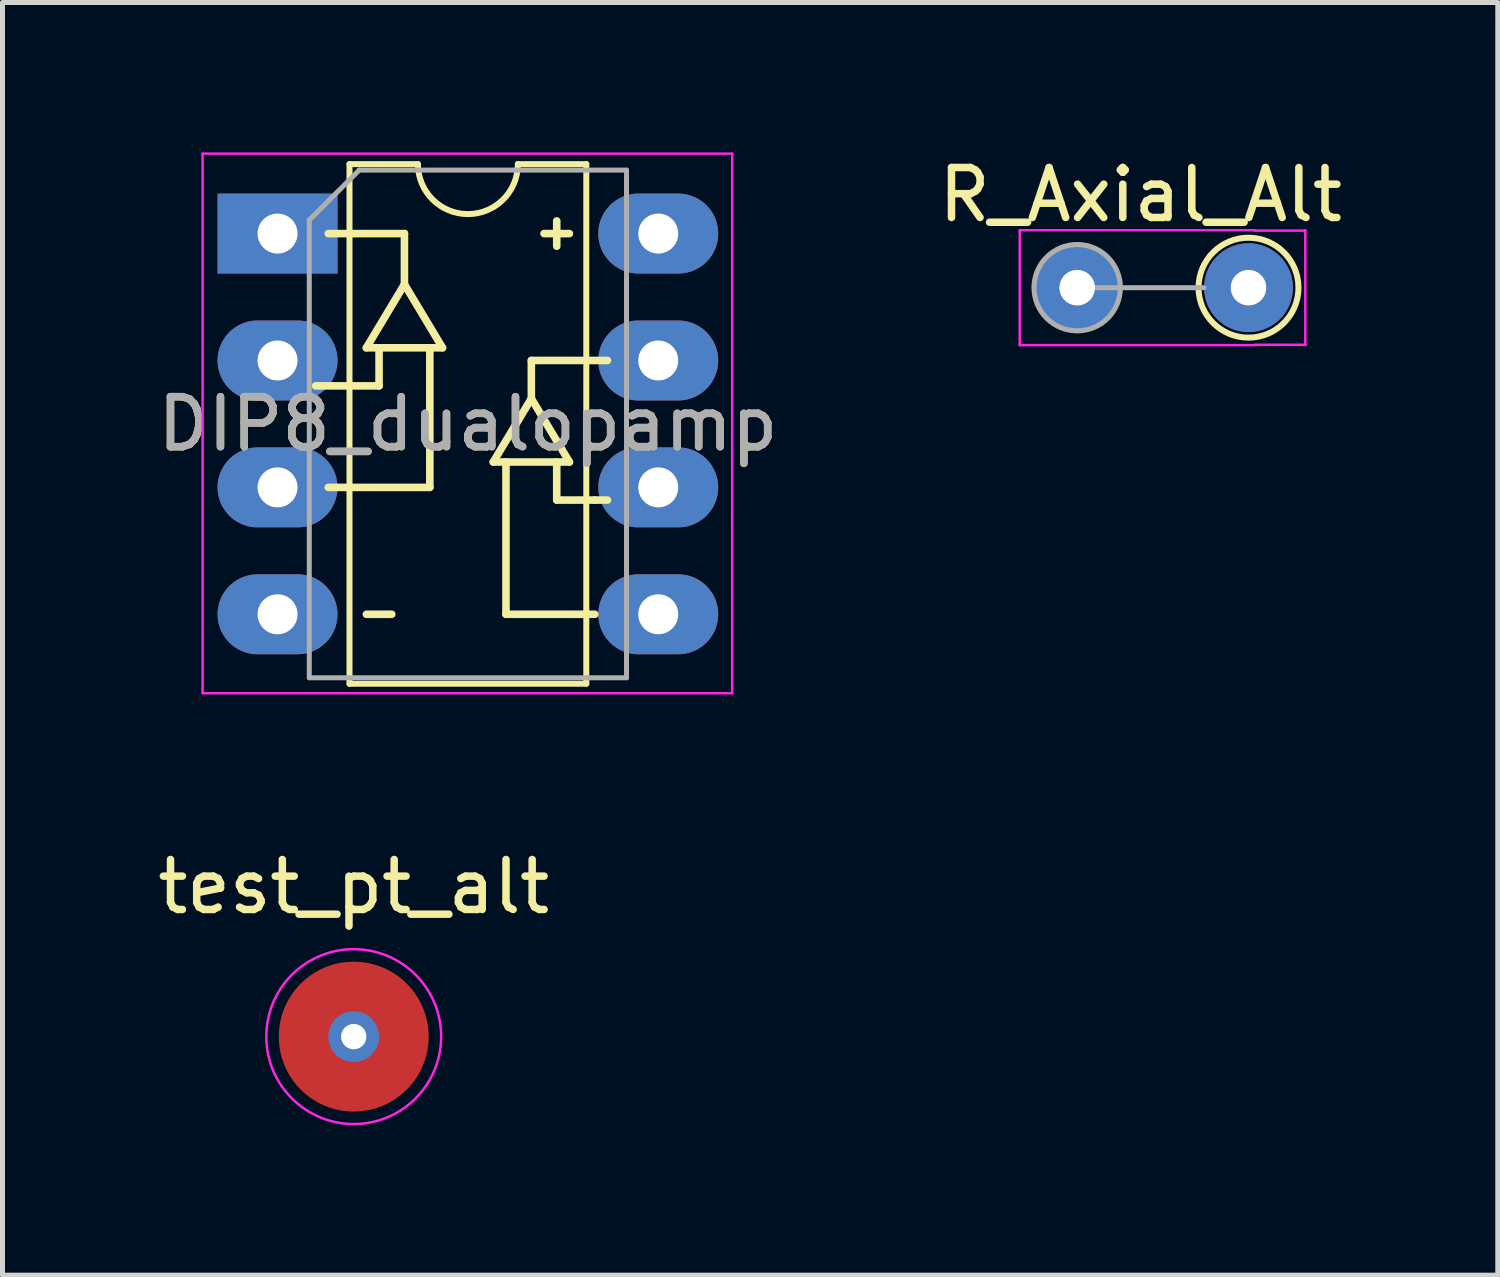
<source format=kicad_pcb>
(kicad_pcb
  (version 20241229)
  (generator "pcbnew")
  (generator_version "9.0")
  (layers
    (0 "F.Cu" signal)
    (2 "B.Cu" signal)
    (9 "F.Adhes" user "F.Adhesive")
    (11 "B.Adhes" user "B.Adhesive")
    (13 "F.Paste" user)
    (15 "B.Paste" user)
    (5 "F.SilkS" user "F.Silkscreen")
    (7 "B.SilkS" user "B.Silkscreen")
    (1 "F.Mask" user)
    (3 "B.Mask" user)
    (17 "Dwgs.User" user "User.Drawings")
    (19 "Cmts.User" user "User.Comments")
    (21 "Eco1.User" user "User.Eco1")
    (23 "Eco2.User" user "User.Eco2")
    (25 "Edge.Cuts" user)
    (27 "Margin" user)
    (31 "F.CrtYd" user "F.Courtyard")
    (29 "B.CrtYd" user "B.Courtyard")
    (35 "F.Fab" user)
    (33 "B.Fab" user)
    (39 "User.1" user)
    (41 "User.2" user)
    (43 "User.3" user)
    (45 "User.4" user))
  (footprint "test_pt_alt"
    (layer "F.Cu")
    (at 4.03 17.698)
    (property "Reference" "test_pt_alt" (at 0 -3 0) (layer "F.SilkS") (effects (font (size 1 1) (thickness 0.15))))
    (attr exclude_from_pos_files exclude_from_bom)
    (fp_circle (center 0 0) (end 1.75 0) (stroke (width 0.05) (type solid)) (fill no) (layer "F.CrtYd"))
    (pad "1" thru_hole circle (at 0 0) (size 1.016 1.016) (drill 0.508) (layers "*.Cu" "*.Mask"))
    (pad "1" smd circle (at 0 0) (size 3 3) (layers "F.Cu" "F.Mask")))
  (footprint "DIP8_dualopamp"
    (layer "F.Cu")
    (at 2.505 1.625)
    (property "Reference" "DIP8_dualopamp" (at 3.81 3.81 0) (layer "F.SilkS") (effects (font (size 1 1) (thickness 0.15))))
    (attr through_hole)
    (fp_line (start 1.016 5.08) (end 3.048 5.08) (stroke (width 0.152) (type solid)) (layer "F.SilkS"))
    (fp_line (start 1.44 -1.39) (end 1.44 9.01) (stroke (width 0.12) (type solid)) (layer "F.SilkS"))
    (fp_line (start 1.44 9.01) (end 6.18 9.01) (stroke (width 0.12) (type solid)) (layer "F.SilkS"))
    (fp_line (start 1.778 2.286) (end 2.54 1.016) (stroke (width 0.152) (type solid)) (layer "F.SilkS"))
    (fp_line (start 1.778 2.286) (end 3.048 2.286) (stroke (width 0.152) (type solid)) (layer "F.SilkS"))
    (fp_line (start 1.778 7.62) (end 2.286 7.62) (stroke (width 0.152) (type solid)) (layer "F.SilkS"))
    (fp_line (start 2.032 2.286) (end 2.032 3.048) (stroke (width 0.152) (type solid)) (layer "F.SilkS"))
    (fp_line (start 2.032 3.048) (end 0.762 3.048) (stroke (width 0.152) (type solid)) (layer "F.SilkS"))
    (fp_line (start 2.54 0) (end 1.016 0) (stroke (width 0.152) (type solid)) (layer "F.SilkS"))
    (fp_line (start 2.54 1.016) (end 2.54 0) (stroke (width 0.152) (type solid)) (layer "F.SilkS"))
    (fp_line (start 2.81 -1.39) (end 1.44 -1.39) (stroke (width 0.12) (type solid)) (layer "F.SilkS"))
    (fp_line (start 3.048 2.286) (end 3.302 2.286) (stroke (width 0.152) (type solid)) (layer "F.SilkS"))
    (fp_line (start 3.048 5.08) (end 3.048 2.286) (stroke (width 0.152) (type solid)) (layer "F.SilkS"))
    (fp_line (start 3.302 2.286) (end 2.54 1.016) (stroke (width 0.152) (type solid)) (layer "F.SilkS"))
    (fp_line (start 4.318 4.572) (end 5.842 4.572) (stroke (width 0.152) (type solid)) (layer "F.SilkS"))
    (fp_line (start 4.572 7.62) (end 4.572 4.572) (stroke (width 0.152) (type solid)) (layer "F.SilkS"))
    (fp_line (start 5.08 2.54) (end 5.08 3.302) (stroke (width 0.152) (type solid)) (layer "F.SilkS"))
    (fp_line (start 5.08 2.54) (end 6.604 2.54) (stroke (width 0.152) (type solid)) (layer "F.SilkS"))
    (fp_line (start 5.08 3.302) (end 4.318 4.572) (stroke (width 0.152) (type solid)) (layer "F.SilkS"))
    (fp_line (start 5.334 0) (end 5.842 0) (stroke (width 0.152) (type solid)) (layer "F.SilkS"))
    (fp_line (start 5.588 -0.254) (end 5.588 0.254) (stroke (width 0.152) (type solid)) (layer "F.SilkS"))
    (fp_line (start 5.588 5.334) (end 5.588 4.572) (stroke (width 0.152) (type solid)) (layer "F.SilkS"))
    (fp_line (start 5.842 4.572) (end 5.08 3.302) (stroke (width 0.152) (type solid)) (layer "F.SilkS"))
    (fp_line (start 6.18 -1.39) (end 4.81 -1.39) (stroke (width 0.12) (type solid)) (layer "F.SilkS"))
    (fp_line (start 6.18 9.01) (end 6.18 -1.39) (stroke (width 0.12) (type solid)) (layer "F.SilkS"))
    (fp_line (start 6.35 5.334) (end 5.588 5.334) (stroke (width 0.152) (type solid)) (layer "F.SilkS"))
    (fp_line (start 6.35 5.334) (end 6.604 5.334) (stroke (width 0.152) (type solid)) (layer "F.SilkS"))
    (fp_line (start 6.35 7.62) (end 4.572 7.62) (stroke (width 0.152) (type solid)) (layer "F.SilkS"))
    (fp_arc (start 4.81 -1.39) (mid 3.81 -0.39) (end 2.81 -1.39) (stroke (width 0.12) (type solid)) (layer "F.SilkS"))
    (fp_line (start -1.5 -1.6) (end -1.5 9.2) (stroke (width 0.05) (type solid)) (layer "F.CrtYd"))
    (fp_line (start -1.5 9.2) (end 9.1 9.2) (stroke (width 0.05) (type solid)) (layer "F.CrtYd"))
    (fp_line (start 9.1 -1.6) (end -1.5 -1.6) (stroke (width 0.05) (type solid)) (layer "F.CrtYd"))
    (fp_line (start 9.1 9.2) (end 9.1 -1.6) (stroke (width 0.05) (type solid)) (layer "F.CrtYd"))
    (fp_line (start 0.635 -0.27) (end 1.635 -1.27) (stroke (width 0.1) (type solid)) (layer "F.Fab"))
    (fp_line (start 0.635 8.89) (end 0.635 -0.27) (stroke (width 0.1) (type solid)) (layer "F.Fab"))
    (fp_line (start 1.635 -1.27) (end 6.985 -1.27) (stroke (width 0.1) (type solid)) (layer "F.Fab"))
    (fp_line (start 6.985 -1.27) (end 6.985 8.89) (stroke (width 0.1) (type solid)) (layer "F.Fab"))
    (fp_line (start 6.985 8.89) (end 0.635 8.89) (stroke (width 0.1) (type solid)) (layer "F.Fab"))
    (fp_text user "${REFERENCE}" (at 3.81 3.81 0) (layer "F.Fab") (effects (font (size 1 1) (thickness 0.15))))
    (pad "1" thru_hole rect (at 0 0) (size 2.4 1.6) (drill 0.8) (layers "*.Cu" "*.Mask"))
    (pad "2" thru_hole oval (at 0 2.54) (size 2.4 1.6) (drill 0.8) (layers "*.Cu" "*.Mask"))
    (pad "3" thru_hole oval (at 0 5.08) (size 2.4 1.6) (drill 0.8) (layers "*.Cu" "*.Mask"))
    (pad "4" thru_hole oval (at 0 7.62) (size 2.4 1.6) (drill 0.8) (layers "*.Cu" "*.Mask"))
    (pad "5" thru_hole oval (at 7.62 7.62) (size 2.4 1.6) (drill 0.8) (layers "*.Cu" "*.Mask"))
    (pad "6" thru_hole oval (at 7.62 5.08) (size 2.4 1.6) (drill 0.8) (layers "*.Cu" "*.Mask"))
    (pad "7" thru_hole oval (at 7.62 2.54) (size 2.4 1.6) (drill 0.8) (layers "*.Cu" "*.Mask"))
    (pad "8" thru_hole oval (at 7.62 0) (size 2.4 1.6) (drill 0.8) (layers "*.Cu" "*.Mask")))
  (footprint "R_Axial_Alt"
    (layer "F.Cu")
    (at 18.51 2.708)
    (property "Reference" "R_Axial_Alt" (at 1.27 -1.86 0) (layer "F.SilkS") (effects (font (size 1 1) (thickness 0.15))))
    (attr through_hole)
    (fp_circle (center 3.429 0) (end 4.429 0) (stroke (width 0.12) (type solid)) (fill no) (layer "F.SilkS"))
    (fp_line (start -1.15 -1.15) (end -1.15 1.15) (stroke (width 0.05) (type solid)) (layer "F.CrtYd"))
    (fp_line (start -1.15 1.15) (end 3.55 1.15) (stroke (width 0.051) (type solid)) (layer "F.CrtYd"))
    (fp_line (start 3.55 -1.15) (end -1.15 -1.15) (stroke (width 0.05) (type solid)) (layer "F.CrtYd"))
    (fp_line (start 3.556 -1.143) (end 4.572 -1.143) (stroke (width 0.051) (type solid)) (layer "F.CrtYd"))
    (fp_line (start 4.566 1.15) (end 4.566 -1.15) (stroke (width 0.05) (type solid)) (layer "F.CrtYd"))
    (fp_line (start 4.572 1.143) (end 3.556 1.143) (stroke (width 0.051) (type solid)) (layer "F.CrtYd"))
    (fp_line (start 0 0) (end 2.54 0) (stroke (width 0.1) (type solid)) (layer "F.Fab"))
    (fp_circle (center 0 0) (end 0.864 0) (stroke (width 0.102) (type solid)) (fill no) (layer "F.Fab"))
    (pad "1" thru_hole circle (at 0 0) (size 1.778 1.778) (drill 0.711) (layers "*.Cu" "*.Mask"))
    (pad "2" thru_hole circle (at 3.429 0) (size 1.778 1.778) (drill 0.711) (layers "*.Cu" "*.Mask")))
  (gr_rect
    (start -3 -3)
    (end 26.929 22.473)
    (stroke (width 0.1) (type default))
    (fill no)
    (layer "Edge.Cuts")))
</source>
